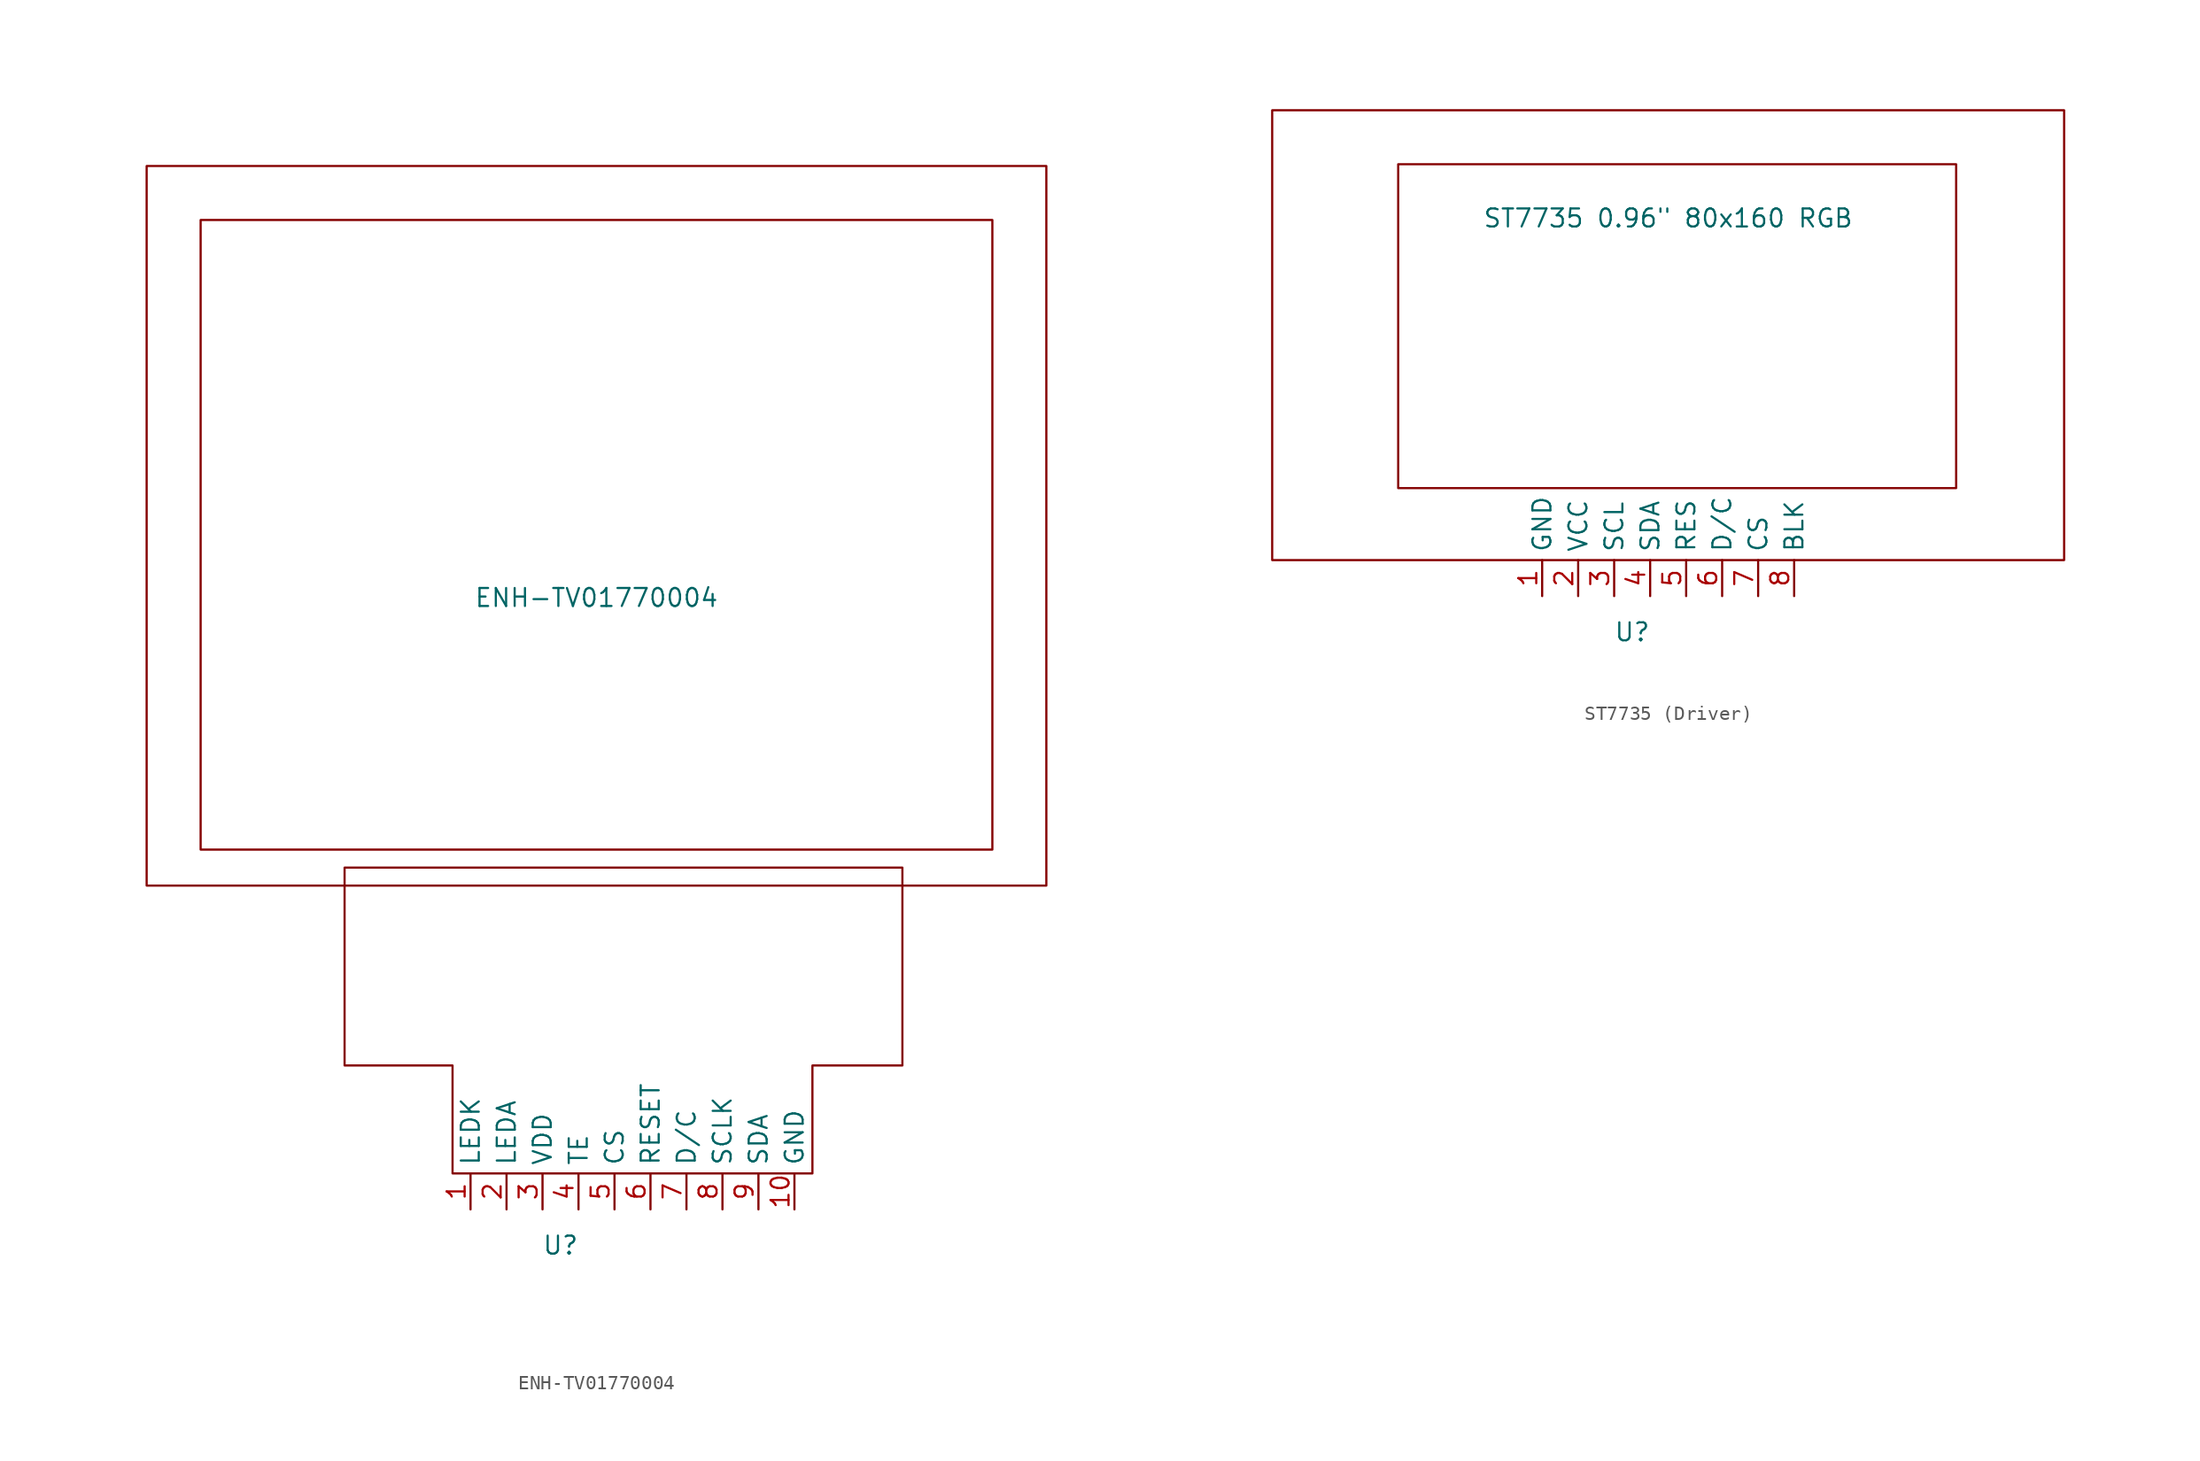
<source format=kicad_sym>
(kicad_symbol_lib
  (version 20220914)
  (generator kicad_symbol_editor)
  (symbol "ENH-TV01770004"
    (property "Reference" "U"
      (at -3.81 0 0)
      (effects (font (size 1.27 1.27))))
    (property "Value" "ENH-TV01770004"
      (at -1.27 45.72 0)
      (effects (font (size 1.27 1.27))))
    (symbol "ENH-TV01770004_0_1"
      (polyline (pts (xy -33.02 76.2) (xy 30.48 76.2) (xy 30.48 25.4) (xy -33.02 25.4) (xy -33.02 76.2)) (stroke (width 0) (type default)) (fill (type none)))
      (polyline (pts (xy -29.21 27.94) (xy -29.21 72.39) (xy 26.67 72.39) (xy 26.67 27.94) (xy -29.21 27.94)) (stroke (width 0) (type default)) (fill (type none)))
      (polyline (pts (xy -19.05 26.67) (xy -7.62 26.67) (xy 20.32 26.67) (xy 20.32 12.7) (xy 13.97 12.7) (xy 13.97 5.08) (xy -11.43 5.08) (xy -11.43 12.7) (xy -19.05 12.7) (xy -19.05 26.67)) (stroke (width 0) (type default)) (fill (type none))))
    (symbol "ENH-TV01770004_1_1"
      (pin input line (at -10.16 2.54 90) (length 2.54) (name "LEDK" (effects (font (size 1.27 1.27)))) (number "1" (effects (font (size 1.27 1.27)))))
      (pin input line (at 12.7 2.54 90) (length 2.54) (name "GND" (effects (font (size 1.27 1.27)))) (number "10" (effects (font (size 1.27 1.27)))))
      (pin input line (at -7.62 2.54 90) (length 2.54) (name "LEDA" (effects (font (size 1.27 1.27)))) (number "2" (effects (font (size 1.27 1.27)))))
      (pin input line (at -5.08 2.54 90) (length 2.54) (name "VDD" (effects (font (size 1.27 1.27)))) (number "3" (effects (font (size 1.27 1.27)))))
      (pin input line (at -2.54 2.54 90) (length 2.54) (name "TE" (effects (font (size 1.27 1.27)))) (number "4" (effects (font (size 1.27 1.27)))))
      (pin input line (at 0 2.54 90) (length 2.54) (name "CS" (effects (font (size 1.27 1.27)))) (number "5" (effects (font (size 1.27 1.27)))))
      (pin input line (at 2.54 2.54 90) (length 2.54) (name "RESET" (effects (font (size 1.27 1.27)))) (number "6" (effects (font (size 1.27 1.27)))))
      (pin input line (at 5.08 2.54 90) (length 2.54) (name "D/C" (effects (font (size 1.27 1.27)))) (number "7" (effects (font (size 1.27 1.27)))))
      (pin input line (at 7.62 2.54 90) (length 2.54) (name "SCLK" (effects (font (size 1.27 1.27)))) (number "8" (effects (font (size 1.27 1.27)))))
      (pin input line (at 10.16 2.54 90) (length 2.54) (name "SDA" (effects (font (size 1.27 1.27)))) (number "9" (effects (font (size 1.27 1.27)))))))
  (symbol "ST7735 (Driver)"
    (property "Reference" "U"
      (at -3.81 0 0)
      (effects (font (size 1.27 1.27))))
    (property "Value" "ST7735 0.96\" 80x160 RGB"
      (at -1.27 29.21 0)
      (effects (font (size 1.27 1.27))))
    (symbol "ST7735 (Driver)_0_1"
      (polyline (pts (xy -29.21 5.08) (xy -29.21 36.83) (xy 26.67 36.83) (xy 26.67 5.08) (xy -29.21 5.08)) (stroke (width 0) (type default)) (fill (type none)))
      (polyline (pts (xy -20.32 10.16) (xy -20.32 33.02) (xy 19.05 33.02) (xy 19.05 10.16) (xy -20.32 10.16)) (stroke (width 0) (type default)) (fill (type none))))
    (symbol "ST7735 (Driver)_1_1"
      (pin input line (at -10.16 2.54 90) (length 2.54) (name "GND" (effects (font (size 1.27 1.27)))) (number "1" (effects (font (size 1.27 1.27)))))
      (pin input line (at -7.62 2.54 90) (length 2.54) (name "VCC" (effects (font (size 1.27 1.27)))) (number "2" (effects (font (size 1.27 1.27)))))
      (pin input line (at -5.08 2.54 90) (length 2.54) (name "SCL" (effects (font (size 1.27 1.27)))) (number "3" (effects (font (size 1.27 1.27)))))
      (pin input line (at -2.54 2.54 90) (length 2.54) (name "SDA" (effects (font (size 1.27 1.27)))) (number "4" (effects (font (size 1.27 1.27)))))
      (pin input line (at 0 2.54 90) (length 2.54) (name "RES" (effects (font (size 1.27 1.27)))) (number "5" (effects (font (size 1.27 1.27)))))
      (pin input line (at 2.54 2.54 90) (length 2.54) (name "D/C" (effects (font (size 1.27 1.27)))) (number "6" (effects (font (size 1.27 1.27)))))
      (pin input line (at 5.08 2.54 90) (length 2.54) (name "CS" (effects (font (size 1.27 1.27)))) (number "7" (effects (font (size 1.27 1.27)))))
      (pin input line (at 7.62 2.54 90) (length 2.54) (name "BLK" (effects (font (size 1.27 1.27)))) (number "8" (effects (font (size 1.27 1.27))))))))
</source>
